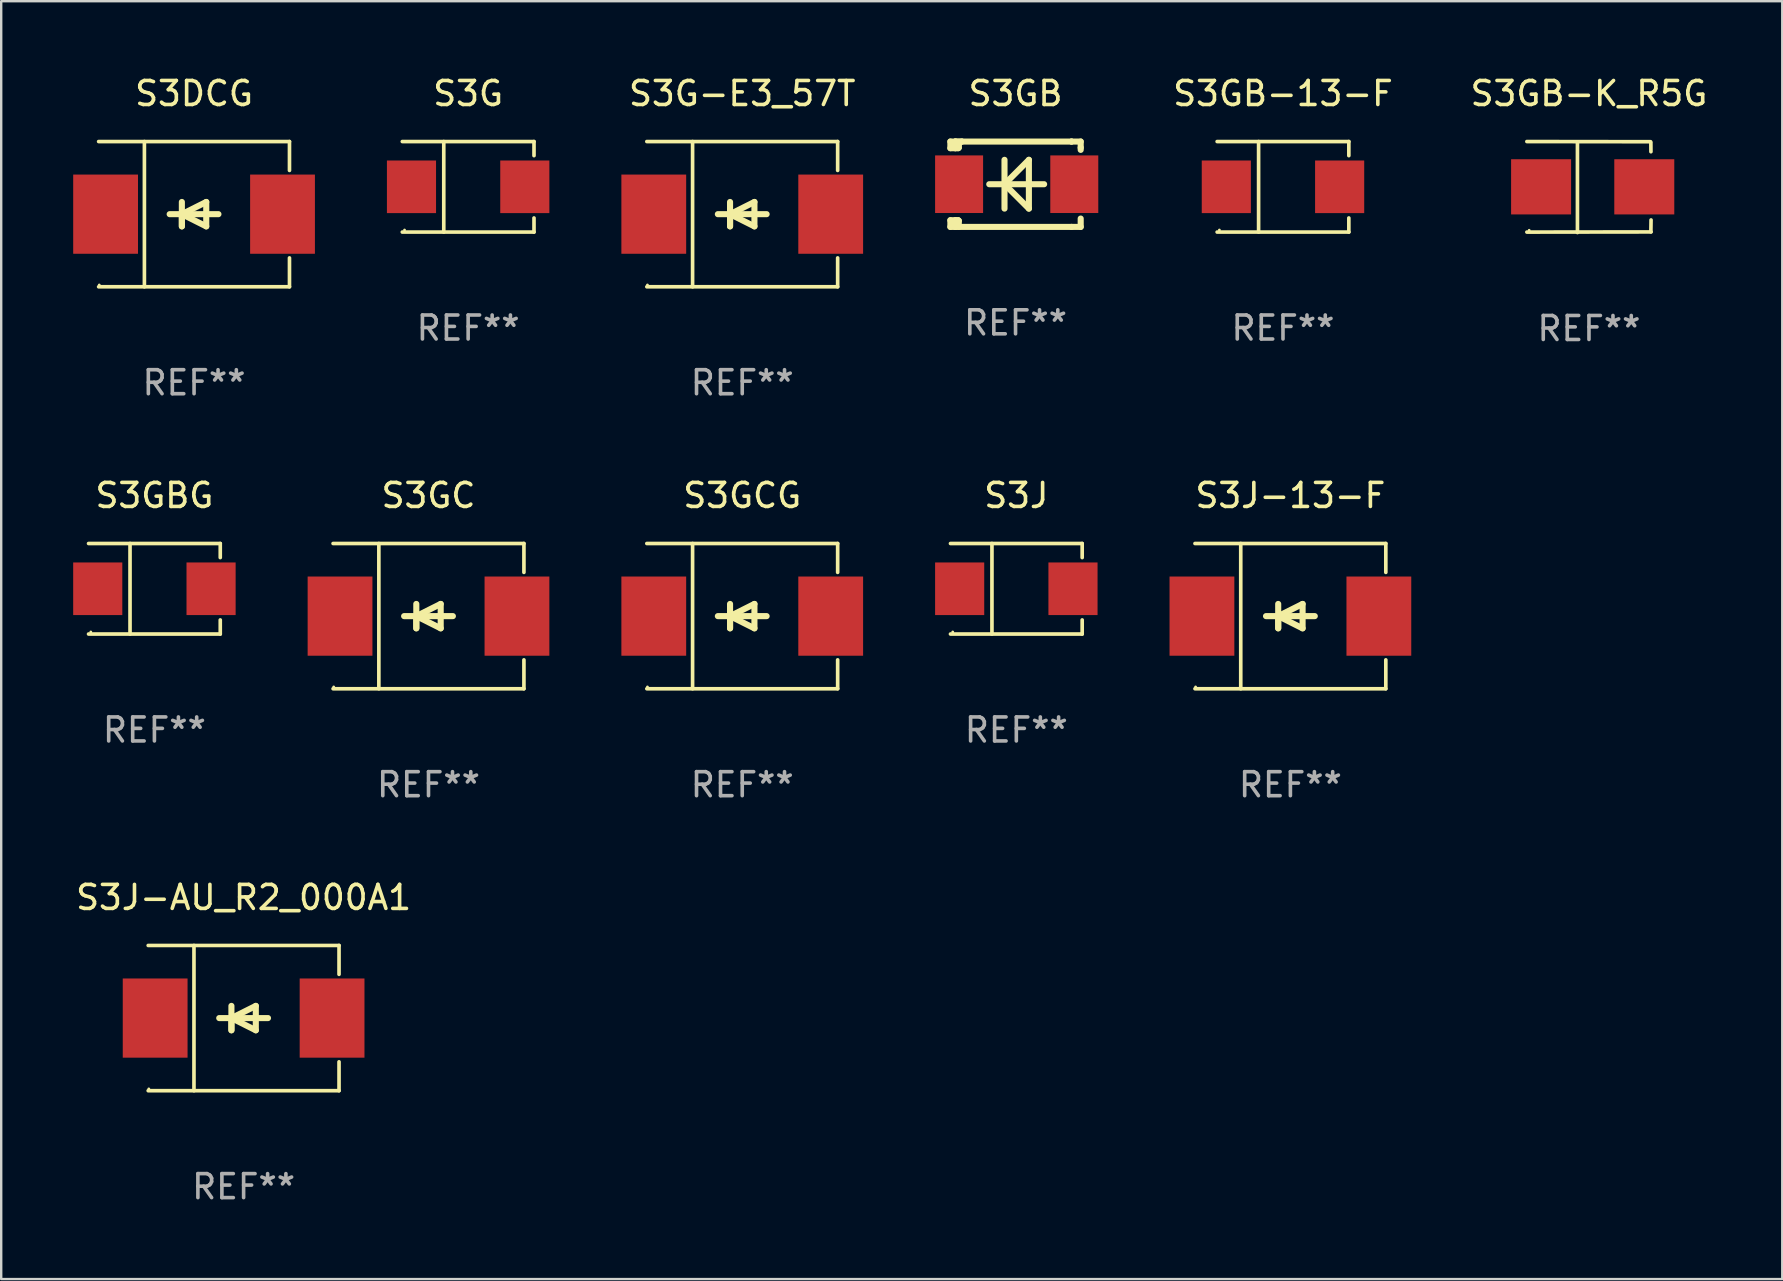
<source format=kicad_pcb>
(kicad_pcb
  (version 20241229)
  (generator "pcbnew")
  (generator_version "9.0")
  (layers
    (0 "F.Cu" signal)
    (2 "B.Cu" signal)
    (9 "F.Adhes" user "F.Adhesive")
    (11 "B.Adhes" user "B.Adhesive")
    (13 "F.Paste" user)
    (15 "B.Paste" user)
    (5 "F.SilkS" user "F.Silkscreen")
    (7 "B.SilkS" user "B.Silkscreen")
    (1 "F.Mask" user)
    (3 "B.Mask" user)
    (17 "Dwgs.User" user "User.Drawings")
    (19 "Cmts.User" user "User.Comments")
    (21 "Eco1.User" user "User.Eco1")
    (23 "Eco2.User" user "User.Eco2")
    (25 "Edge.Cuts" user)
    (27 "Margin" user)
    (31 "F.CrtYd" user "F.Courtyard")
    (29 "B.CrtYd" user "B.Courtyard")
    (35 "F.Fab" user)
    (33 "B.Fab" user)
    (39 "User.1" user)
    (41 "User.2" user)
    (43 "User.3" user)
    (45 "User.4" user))
  (footprint "S3GC"
    (layer "F.Cu")
    (at 14.805 22.623)
    (property "Reference" "S3GC" (at 0 -5.026 0) (layer "F.SilkS") (effects (font (size 1 1) (thickness 0.15))))
    (attr through_hole)
    (fp_line (start -3.976 -3.026) (end 3.976 -3.026) (stroke (width 0.152) (type solid)) (layer "F.SilkS"))
    (fp_line (start -3.976 3.026) (end 3.976 3.026) (stroke (width 0.152) (type solid)) (layer "F.SilkS"))
    (fp_line (start -2.069 -3.026) (end -2.069 3.026) (stroke (width 0.152) (type solid)) (layer "F.SilkS"))
    (fp_line (start -0.508 0) (end -0.508 0.508) (stroke (width 0.254) (type solid)) (layer "F.SilkS"))
    (fp_line (start -0.508 0) (end 0.508 0.508) (stroke (width 0.254) (type solid)) (layer "F.SilkS"))
    (fp_line (start -0.508 0.508) (end -0.508 -0.508) (stroke (width 0.254) (type solid)) (layer "F.SilkS"))
    (fp_line (start 0.508 -0.508) (end -0.508 0) (stroke (width 0.254) (type solid)) (layer "F.SilkS"))
    (fp_line (start 0.508 0.508) (end 0.508 -0.508) (stroke (width 0.254) (type solid)) (layer "F.SilkS"))
    (fp_line (start 1.016 0) (end -1.016 0) (stroke (width 0.254) (type solid)) (layer "F.SilkS"))
    (fp_line (start 3.976 -3.026) (end 3.976 -1.823) (stroke (width 0.152) (type solid)) (layer "F.SilkS"))
    (fp_line (start 3.976 3.026) (end 3.976 1.823) (stroke (width 0.152) (type solid)) (layer "F.SilkS"))
    (fp_circle (center -3.95 2.95) (end -3.92 2.95) (stroke (width 0.06) (type solid)) (fill no) (layer "F.SilkS"))
    (fp_text user "REF**" (at 0 7.026 0) (layer "F.Fab") (effects (font (size 1 1) (thickness 0.15))))
    (pad "1" smd rect (at -3.686 0) (size 2.7 3.3) (layers "F.Cu" "F.Mask" "F.Paste"))
    (pad "2" smd rect (at 3.686 0) (size 2.7 3.3) (layers "F.Cu" "F.Mask" "F.Paste")))
  (footprint "S3GCG"
    (layer "F.Cu")
    (at 27.878 22.623)
    (property "Reference" "S3GCG" (at 0 -5.026 0) (layer "F.SilkS") (effects (font (size 1 1) (thickness 0.15))))
    (attr through_hole)
    (fp_line (start -3.976 -3.026) (end 3.976 -3.026) (stroke (width 0.152) (type solid)) (layer "F.SilkS"))
    (fp_line (start -3.976 3.026) (end 3.976 3.026) (stroke (width 0.152) (type solid)) (layer "F.SilkS"))
    (fp_line (start -2.069 -3.026) (end -2.069 3.026) (stroke (width 0.152) (type solid)) (layer "F.SilkS"))
    (fp_line (start -0.508 0) (end -0.508 0.508) (stroke (width 0.254) (type solid)) (layer "F.SilkS"))
    (fp_line (start -0.508 0) (end 0.508 0.508) (stroke (width 0.254) (type solid)) (layer "F.SilkS"))
    (fp_line (start -0.508 0.508) (end -0.508 -0.508) (stroke (width 0.254) (type solid)) (layer "F.SilkS"))
    (fp_line (start 0.508 -0.508) (end -0.508 0) (stroke (width 0.254) (type solid)) (layer "F.SilkS"))
    (fp_line (start 0.508 0.508) (end 0.508 -0.508) (stroke (width 0.254) (type solid)) (layer "F.SilkS"))
    (fp_line (start 1.016 0) (end -1.016 0) (stroke (width 0.254) (type solid)) (layer "F.SilkS"))
    (fp_line (start 3.976 -3.026) (end 3.976 -1.823) (stroke (width 0.152) (type solid)) (layer "F.SilkS"))
    (fp_line (start 3.976 3.026) (end 3.976 1.823) (stroke (width 0.152) (type solid)) (layer "F.SilkS"))
    (fp_circle (center -3.95 2.95) (end -3.92 2.95) (stroke (width 0.06) (type solid)) (fill no) (layer "F.SilkS"))
    (fp_text user "REF**" (at 0 7.026 0) (layer "F.Fab") (effects (font (size 1 1) (thickness 0.15))))
    (pad "1" smd rect (at -3.686 0) (size 2.7 3.3) (layers "F.Cu" "F.Mask" "F.Paste"))
    (pad "2" smd rect (at 3.686 0) (size 2.7 3.3) (layers "F.Cu" "F.Mask" "F.Paste")))
  (footprint "S3GB-13-F"
    (layer "F.Cu")
    (at 50.41 4.734)
    (property "Reference" "S3GB-13-F" (at 0 -3.886 0) (layer "F.SilkS") (effects (font (size 1 1) (thickness 0.15))))
    (attr through_hole)
    (fp_line (start -2.744 -1.886) (end 2.744 -1.886) (stroke (width 0.152) (type solid)) (layer "F.SilkS"))
    (fp_line (start -2.744 1.886) (end 2.744 1.886) (stroke (width 0.152) (type solid)) (layer "F.SilkS"))
    (fp_line (start -1.016 -1.886) (end -1.016 1.886) (stroke (width 0.152) (type solid)) (layer "F.SilkS"))
    (fp_line (start 2.744 -1.886) (end 2.744 -1.299) (stroke (width 0.152) (type solid)) (layer "F.SilkS"))
    (fp_line (start 2.744 1.886) (end 2.744 1.299) (stroke (width 0.152) (type solid)) (layer "F.SilkS"))
    (fp_circle (center -2.65 1.8) (end -2.62 1.8) (stroke (width 0.06) (type solid)) (fill no) (layer "F.SilkS"))
    (fp_text user "REF**" (at 0 5.886 0) (layer "F.Fab") (effects (font (size 1 1) (thickness 0.15))))
    (pad "1" smd rect (at -2.361 0) (size 2.047 2.192) (layers "F.Cu" "F.Mask" "F.Paste"))
    (pad "2" smd rect (at 2.361 0) (size 2.047 2.192) (layers "F.Cu" "F.Mask" "F.Paste")))
  (footprint "S3J-13-F"
    (layer "F.Cu")
    (at 50.719 22.623)
    (property "Reference" "S3J-13-F" (at 0 -5.026 0) (layer "F.SilkS") (effects (font (size 1 1) (thickness 0.15))))
    (attr through_hole)
    (fp_line (start -3.976 -3.026) (end 3.976 -3.026) (stroke (width 0.152) (type solid)) (layer "F.SilkS"))
    (fp_line (start -3.976 3.026) (end 3.976 3.026) (stroke (width 0.152) (type solid)) (layer "F.SilkS"))
    (fp_line (start -2.069 -3.026) (end -2.069 3.026) (stroke (width 0.152) (type solid)) (layer "F.SilkS"))
    (fp_line (start -0.508 0) (end -0.508 0.508) (stroke (width 0.254) (type solid)) (layer "F.SilkS"))
    (fp_line (start -0.508 0) (end 0.508 0.508) (stroke (width 0.254) (type solid)) (layer "F.SilkS"))
    (fp_line (start -0.508 0.508) (end -0.508 -0.508) (stroke (width 0.254) (type solid)) (layer "F.SilkS"))
    (fp_line (start 0.508 -0.508) (end -0.508 0) (stroke (width 0.254) (type solid)) (layer "F.SilkS"))
    (fp_line (start 0.508 0.508) (end 0.508 -0.508) (stroke (width 0.254) (type solid)) (layer "F.SilkS"))
    (fp_line (start 1.016 0) (end -1.016 0) (stroke (width 0.254) (type solid)) (layer "F.SilkS"))
    (fp_line (start 3.976 -3.026) (end 3.976 -1.823) (stroke (width 0.152) (type solid)) (layer "F.SilkS"))
    (fp_line (start 3.976 3.026) (end 3.976 1.823) (stroke (width 0.152) (type solid)) (layer "F.SilkS"))
    (fp_circle (center -3.95 2.95) (end -3.92 2.95) (stroke (width 0.06) (type solid)) (fill no) (layer "F.SilkS"))
    (fp_text user "REF**" (at 0 7.026 0) (layer "F.Fab") (effects (font (size 1 1) (thickness 0.15))))
    (pad "1" smd rect (at -3.686 0) (size 2.7 3.3) (layers "F.Cu" "F.Mask" "F.Paste"))
    (pad "2" smd rect (at 3.686 0) (size 2.7 3.3) (layers "F.Cu" "F.Mask" "F.Paste")))
  (footprint "S3J-AU_R2_000A1"
    (layer "F.Cu")
    (at 7.101 39.372)
    (property "Reference" "S3J-AU_R2_000A1" (at 0 -5.026 0) (layer "F.SilkS") (effects (font (size 1 1) (thickness 0.15))))
    (attr through_hole)
    (fp_line (start -3.976 -3.026) (end 3.976 -3.026) (stroke (width 0.152) (type solid)) (layer "F.SilkS"))
    (fp_line (start -3.976 3.026) (end 3.976 3.026) (stroke (width 0.152) (type solid)) (layer "F.SilkS"))
    (fp_line (start -2.069 -3.026) (end -2.069 3.026) (stroke (width 0.152) (type solid)) (layer "F.SilkS"))
    (fp_line (start -0.508 0) (end -0.508 0.508) (stroke (width 0.254) (type solid)) (layer "F.SilkS"))
    (fp_line (start -0.508 0) (end 0.508 0.508) (stroke (width 0.254) (type solid)) (layer "F.SilkS"))
    (fp_line (start -0.508 0.508) (end -0.508 -0.508) (stroke (width 0.254) (type solid)) (layer "F.SilkS"))
    (fp_line (start 0.508 -0.508) (end -0.508 0) (stroke (width 0.254) (type solid)) (layer "F.SilkS"))
    (fp_line (start 0.508 0.508) (end 0.508 -0.508) (stroke (width 0.254) (type solid)) (layer "F.SilkS"))
    (fp_line (start 1.016 0) (end -1.016 0) (stroke (width 0.254) (type solid)) (layer "F.SilkS"))
    (fp_line (start 3.976 -3.026) (end 3.976 -1.823) (stroke (width 0.152) (type solid)) (layer "F.SilkS"))
    (fp_line (start 3.976 3.026) (end 3.976 1.823) (stroke (width 0.152) (type solid)) (layer "F.SilkS"))
    (fp_circle (center -3.95 2.95) (end -3.92 2.95) (stroke (width 0.06) (type solid)) (fill no) (layer "F.SilkS"))
    (fp_text user "REF**" (at 0 7.026 0) (layer "F.Fab") (effects (font (size 1 1) (thickness 0.15))))
    (pad "1" smd rect (at -3.686 0) (size 2.7 3.3) (layers "F.Cu" "F.Mask" "F.Paste"))
    (pad "2" smd rect (at 3.686 0) (size 2.7 3.3) (layers "F.Cu" "F.Mask" "F.Paste")))
  (footprint "S3GB-K_R5G"
    (layer "F.Cu")
    (at 63.16 4.744)
    (property "Reference" "S3GB-K_R5G" (at 0 -3.896 0) (layer "F.SilkS") (effects (font (size 1 1) (thickness 0.15))))
    (attr through_hole)
    (fp_line (start -2.588 -1.896) (end 2.568 -1.889) (stroke (width 0.152) (type solid)) (layer "F.SilkS"))
    (fp_line (start -2.588 1.877) (end 2.588 1.87) (stroke (width 0.152) (type solid)) (layer "F.SilkS"))
    (fp_line (start -0.48 1.896) (end -0.48 -1.871) (stroke (width 0.152) (type solid)) (layer "F.SilkS"))
    (fp_line (start 2.579 -1.849) (end 2.582 -1.472) (stroke (width 0.152) (type solid)) (layer "F.SilkS"))
    (fp_line (start 2.579 1.867) (end 2.587 1.372) (stroke (width 0.152) (type solid)) (layer "F.SilkS"))
    (fp_circle (center -2.492 1.801) (end -2.462 1.801) (stroke (width 0.06) (type solid)) (fill no) (layer "F.SilkS"))
    (fp_text user "REF**" (at 0 5.896 0) (layer "F.Fab") (effects (font (size 1 1) (thickness 0.15))))
    (pad "1" smd rect (at -1.995 -0.009) (size 2.5 2.3) (layers "F.Cu" "F.Mask" "F.Paste"))
    (pad "2" smd rect (at 2.305 -0.009) (size 2.5 2.3) (layers "F.Cu" "F.Mask" "F.Paste")))
  (footprint "S3GBG"
    (layer "F.Cu")
    (at 3.384 21.483)
    (property "Reference" "S3GBG" (at 0 -3.886 0) (layer "F.SilkS") (effects (font (size 1 1) (thickness 0.15))))
    (attr through_hole)
    (fp_line (start -2.744 -1.886) (end 2.744 -1.886) (stroke (width 0.152) (type solid)) (layer "F.SilkS"))
    (fp_line (start -2.744 1.886) (end 2.744 1.886) (stroke (width 0.152) (type solid)) (layer "F.SilkS"))
    (fp_line (start -1.016 -1.886) (end -1.016 1.886) (stroke (width 0.152) (type solid)) (layer "F.SilkS"))
    (fp_line (start 2.744 -1.886) (end 2.744 -1.299) (stroke (width 0.152) (type solid)) (layer "F.SilkS"))
    (fp_line (start 2.744 1.886) (end 2.744 1.299) (stroke (width 0.152) (type solid)) (layer "F.SilkS"))
    (fp_circle (center -2.65 1.8) (end -2.62 1.8) (stroke (width 0.06) (type solid)) (fill no) (layer "F.SilkS"))
    (fp_text user "REF**" (at 0 5.886 0) (layer "F.Fab") (effects (font (size 1 1) (thickness 0.15))))
    (pad "1" smd rect (at -2.361 0) (size 2.047 2.192) (layers "F.Cu" "F.Mask" "F.Paste"))
    (pad "2" smd rect (at 2.361 0) (size 2.047 2.192) (layers "F.Cu" "F.Mask" "F.Paste")))
  (footprint "S3DCG"
    (layer "F.Cu")
    (at 5.036 5.874)
    (property "Reference" "S3DCG" (at 0 -5.026 0) (layer "F.SilkS") (effects (font (size 1 1) (thickness 0.15))))
    (attr through_hole)
    (fp_line (start -3.976 -3.026) (end 3.976 -3.026) (stroke (width 0.152) (type solid)) (layer "F.SilkS"))
    (fp_line (start -3.976 3.026) (end 3.976 3.026) (stroke (width 0.152) (type solid)) (layer "F.SilkS"))
    (fp_line (start -2.069 -3.026) (end -2.069 3.026) (stroke (width 0.152) (type solid)) (layer "F.SilkS"))
    (fp_line (start -0.508 0) (end -0.508 0.508) (stroke (width 0.254) (type solid)) (layer "F.SilkS"))
    (fp_line (start -0.508 0) (end 0.508 0.508) (stroke (width 0.254) (type solid)) (layer "F.SilkS"))
    (fp_line (start -0.508 0.508) (end -0.508 -0.508) (stroke (width 0.254) (type solid)) (layer "F.SilkS"))
    (fp_line (start 0.508 -0.508) (end -0.508 0) (stroke (width 0.254) (type solid)) (layer "F.SilkS"))
    (fp_line (start 0.508 0.508) (end 0.508 -0.508) (stroke (width 0.254) (type solid)) (layer "F.SilkS"))
    (fp_line (start 1.016 0) (end -1.016 0) (stroke (width 0.254) (type solid)) (layer "F.SilkS"))
    (fp_line (start 3.976 -3.026) (end 3.976 -1.823) (stroke (width 0.152) (type solid)) (layer "F.SilkS"))
    (fp_line (start 3.976 3.026) (end 3.976 1.823) (stroke (width 0.152) (type solid)) (layer "F.SilkS"))
    (fp_circle (center -3.95 2.95) (end -3.92 2.95) (stroke (width 0.06) (type solid)) (fill no) (layer "F.SilkS"))
    (fp_text user "REF**" (at 0 7.026 0) (layer "F.Fab") (effects (font (size 1 1) (thickness 0.15))))
    (pad "1" smd rect (at -3.686 0) (size 2.7 3.3) (layers "F.Cu" "F.Mask" "F.Paste"))
    (pad "2" smd rect (at 3.686 0) (size 2.7 3.3) (layers "F.Cu" "F.Mask" "F.Paste")))
  (footprint "S3G-E3_57T"
    (layer "F.Cu")
    (at 27.878 5.874)
    (property "Reference" "S3G-E3_57T" (at 0 -5.026 0) (layer "F.SilkS") (effects (font (size 1 1) (thickness 0.15))))
    (attr through_hole)
    (fp_line (start -3.976 -3.026) (end 3.976 -3.026) (stroke (width 0.152) (type solid)) (layer "F.SilkS"))
    (fp_line (start -3.976 3.026) (end 3.976 3.026) (stroke (width 0.152) (type solid)) (layer "F.SilkS"))
    (fp_line (start -2.069 -3.026) (end -2.069 3.026) (stroke (width 0.152) (type solid)) (layer "F.SilkS"))
    (fp_line (start -0.508 0) (end -0.508 0.508) (stroke (width 0.254) (type solid)) (layer "F.SilkS"))
    (fp_line (start -0.508 0) (end 0.508 0.508) (stroke (width 0.254) (type solid)) (layer "F.SilkS"))
    (fp_line (start -0.508 0.508) (end -0.508 -0.508) (stroke (width 0.254) (type solid)) (layer "F.SilkS"))
    (fp_line (start 0.508 -0.508) (end -0.508 0) (stroke (width 0.254) (type solid)) (layer "F.SilkS"))
    (fp_line (start 0.508 0.508) (end 0.508 -0.508) (stroke (width 0.254) (type solid)) (layer "F.SilkS"))
    (fp_line (start 1.016 0) (end -1.016 0) (stroke (width 0.254) (type solid)) (layer "F.SilkS"))
    (fp_line (start 3.976 -3.026) (end 3.976 -1.823) (stroke (width 0.152) (type solid)) (layer "F.SilkS"))
    (fp_line (start 3.976 3.026) (end 3.976 1.823) (stroke (width 0.152) (type solid)) (layer "F.SilkS"))
    (fp_circle (center -3.95 2.95) (end -3.92 2.95) (stroke (width 0.06) (type solid)) (fill no) (layer "F.SilkS"))
    (fp_text user "REF**" (at 0 7.026 0) (layer "F.Fab") (effects (font (size 1 1) (thickness 0.15))))
    (pad "1" smd rect (at -3.686 0) (size 2.7 3.3) (layers "F.Cu" "F.Mask" "F.Paste"))
    (pad "2" smd rect (at 3.686 0) (size 2.7 3.3) (layers "F.Cu" "F.Mask" "F.Paste")))
  (footprint "S3GB"
    (layer "F.Cu")
    (at 39.266 4.626)
    (property "Reference" "S3GB" (at 0 -3.778 0) (layer "F.SilkS") (effects (font (size 1 1) (thickness 0.15))))
    (attr through_hole)
    (fp_line (start -2.715 -1.778) (end -2.715 -1.501) (stroke (width 0.254) (type solid)) (layer "F.SilkS"))
    (fp_line (start -2.715 -1.501) (end -2.505 -1.501) (stroke (width 0.254) (type solid)) (layer "F.SilkS"))
    (fp_line (start -2.715 1.501) (end -2.715 1.778) (stroke (width 0.254) (type solid)) (layer "F.SilkS"))
    (fp_line (start -2.715 1.501) (end -2.505 1.501) (stroke (width 0.254) (type solid)) (layer "F.SilkS"))
    (fp_line (start -2.715 1.778) (end -2.504 1.778) (stroke (width 0.254) (type solid)) (layer "F.SilkS"))
    (fp_line (start -2.505 -1.778) (end -2.715 -1.778) (stroke (width 0.254) (type solid)) (layer "F.SilkS"))
    (fp_line (start -2.505 -1.778) (end -2.238 -1.778) (stroke (width 0.254) (type solid)) (layer "F.SilkS"))
    (fp_line (start -2.505 -1.501) (end -2.505 -1.651) (stroke (width 0.254) (type solid)) (layer "F.SilkS"))
    (fp_line (start -2.505 -1.501) (end -2.388 -1.501) (stroke (width 0.254) (type solid)) (layer "F.SilkS"))
    (fp_line (start -2.505 1.501) (end -2.505 1.778) (stroke (width 0.254) (type solid)) (layer "F.SilkS"))
    (fp_line (start -2.505 1.501) (end -2.388 1.501) (stroke (width 0.254) (type solid)) (layer "F.SilkS"))
    (fp_line (start -2.388 1.501) (end -2.365 1.524) (stroke (width 0.254) (type solid)) (layer "F.SilkS"))
    (fp_line (start -2.388 -1.501) (end -2.365 -1.524) (stroke (width 0.254) (type solid)) (layer "F.SilkS"))
    (fp_line (start -2.365 -1.651) (end -2.505 -1.778) (stroke (width 0.254) (type solid)) (layer "F.SilkS"))
    (fp_line (start -2.365 -1.524) (end -2.365 -1.651) (stroke (width 0.254) (type solid)) (layer "F.SilkS"))
    (fp_line (start -2.365 1.524) (end -2.365 1.778) (stroke (width 0.254) (type solid)) (layer "F.SilkS"))
    (fp_line (start -2.239 -1.778) (end 2.333 -1.778) (stroke (width 0.254) (type solid)) (layer "F.SilkS"))
    (fp_line (start -2.238 -1.778) (end -2.505 -1.778) (stroke (width 0.254) (type solid)) (layer "F.SilkS"))
    (fp_line (start -1.095 0) (end 1.191 0) (stroke (width 0.254) (type solid)) (layer "F.SilkS"))
    (fp_line (start -0.46 -1.016) (end -0.46 1.016) (stroke (width 0.254) (type solid)) (layer "F.SilkS"))
    (fp_line (start -0.46 -0.000127) (end 0.556 1.016) (stroke (width 0.254) (type solid)) (layer "F.SilkS"))
    (fp_line (start 0.556 -1.016) (end 0.556 1.016) (stroke (width 0.254) (type solid)) (layer "F.SilkS"))
    (fp_line (start 0.556 -1.016) (end -0.46 -0.000127) (stroke (width 0.254) (type solid)) (layer "F.SilkS"))
    (fp_line (start 2.333 -1.778) (end 2.333 -1.778) (stroke (width 0.254) (type solid)) (layer "F.SilkS"))
    (fp_line (start 2.333 -1.778) (end 2.715 -1.778) (stroke (width 0.254) (type solid)) (layer "F.SilkS"))
    (fp_line (start 2.334 1.778) (end -2.504 1.778) (stroke (width 0.254) (type solid)) (layer "F.SilkS"))
    (fp_line (start 2.715 -1.778) (end 2.715 -1.524) (stroke (width 0.254) (type solid)) (layer "F.SilkS"))
    (fp_line (start 2.715 -1.524) (end 2.715 -1.431) (stroke (width 0.254) (type solid)) (layer "F.SilkS"))
    (fp_line (start 2.715 1.431) (end 2.715 1.778) (stroke (width 0.254) (type solid)) (layer "F.SilkS"))
    (fp_line (start 2.715 1.778) (end 2.334 1.778) (stroke (width 0.254) (type solid)) (layer "F.SilkS"))
    (fp_circle (center -2.602 1.8) (end -2.572 1.8) (stroke (width 0.06) (type solid)) (fill no) (layer "F.SilkS"))
    (fp_text user "REF**" (at 0 5.778 0) (layer "F.Fab") (effects (font (size 1 1) (thickness 0.15))))
    (pad "1" smd rect (at -2.352 -0.000076) (size 2 2.4) (layers "F.Cu" "F.Mask" "F.Paste"))
    (pad "2" smd rect (at 2.448 -0.000076) (size 2 2.4) (layers "F.Cu" "F.Mask" "F.Paste")))
  (footprint "S3J"
    (layer "F.Cu")
    (at 39.299 21.483)
    (property "Reference" "S3J" (at 0 -3.886 0) (layer "F.SilkS") (effects (font (size 1 1) (thickness 0.15))))
    (attr through_hole)
    (fp_line (start -2.744 -1.886) (end 2.744 -1.886) (stroke (width 0.152) (type solid)) (layer "F.SilkS"))
    (fp_line (start -2.744 1.886) (end 2.744 1.886) (stroke (width 0.152) (type solid)) (layer "F.SilkS"))
    (fp_line (start -1.016 -1.886) (end -1.016 1.886) (stroke (width 0.152) (type solid)) (layer "F.SilkS"))
    (fp_line (start 2.744 -1.886) (end 2.744 -1.299) (stroke (width 0.152) (type solid)) (layer "F.SilkS"))
    (fp_line (start 2.744 1.886) (end 2.744 1.299) (stroke (width 0.152) (type solid)) (layer "F.SilkS"))
    (fp_circle (center -2.65 1.8) (end -2.62 1.8) (stroke (width 0.06) (type solid)) (fill no) (layer "F.SilkS"))
    (fp_text user "REF**" (at 0 5.886 0) (layer "F.Fab") (effects (font (size 1 1) (thickness 0.15))))
    (pad "1" smd rect (at -2.361 0) (size 2.047 2.192) (layers "F.Cu" "F.Mask" "F.Paste"))
    (pad "2" smd rect (at 2.361 0) (size 2.047 2.192) (layers "F.Cu" "F.Mask" "F.Paste")))
  (footprint "S3G"
    (layer "F.Cu")
    (at 16.457 4.734)
    (property "Reference" "S3G" (at 0 -3.886 0) (layer "F.SilkS") (effects (font (size 1 1) (thickness 0.15))))
    (attr through_hole)
    (fp_line (start -2.744 -1.886) (end 2.744 -1.886) (stroke (width 0.152) (type solid)) (layer "F.SilkS"))
    (fp_line (start -2.744 1.886) (end 2.744 1.886) (stroke (width 0.152) (type solid)) (layer "F.SilkS"))
    (fp_line (start -1.016 -1.886) (end -1.016 1.886) (stroke (width 0.152) (type solid)) (layer "F.SilkS"))
    (fp_line (start 2.744 -1.886) (end 2.744 -1.299) (stroke (width 0.152) (type solid)) (layer "F.SilkS"))
    (fp_line (start 2.744 1.886) (end 2.744 1.299) (stroke (width 0.152) (type solid)) (layer "F.SilkS"))
    (fp_circle (center -2.65 1.8) (end -2.62 1.8) (stroke (width 0.06) (type solid)) (fill no) (layer "F.SilkS"))
    (fp_text user "REF**" (at 0 5.886 0) (layer "F.Fab") (effects (font (size 1 1) (thickness 0.15))))
    (pad "1" smd rect (at -2.361 0) (size 2.047 2.192) (layers "F.Cu" "F.Mask" "F.Paste"))
    (pad "2" smd rect (at 2.361 0) (size 2.047 2.192) (layers "F.Cu" "F.Mask" "F.Paste")))
  (gr_rect
    (start -3 -3)
    (end 71.214 50.247)
    (stroke (width 0.1) (type default))
    (fill no)
    (layer "Edge.Cuts")))
</source>
